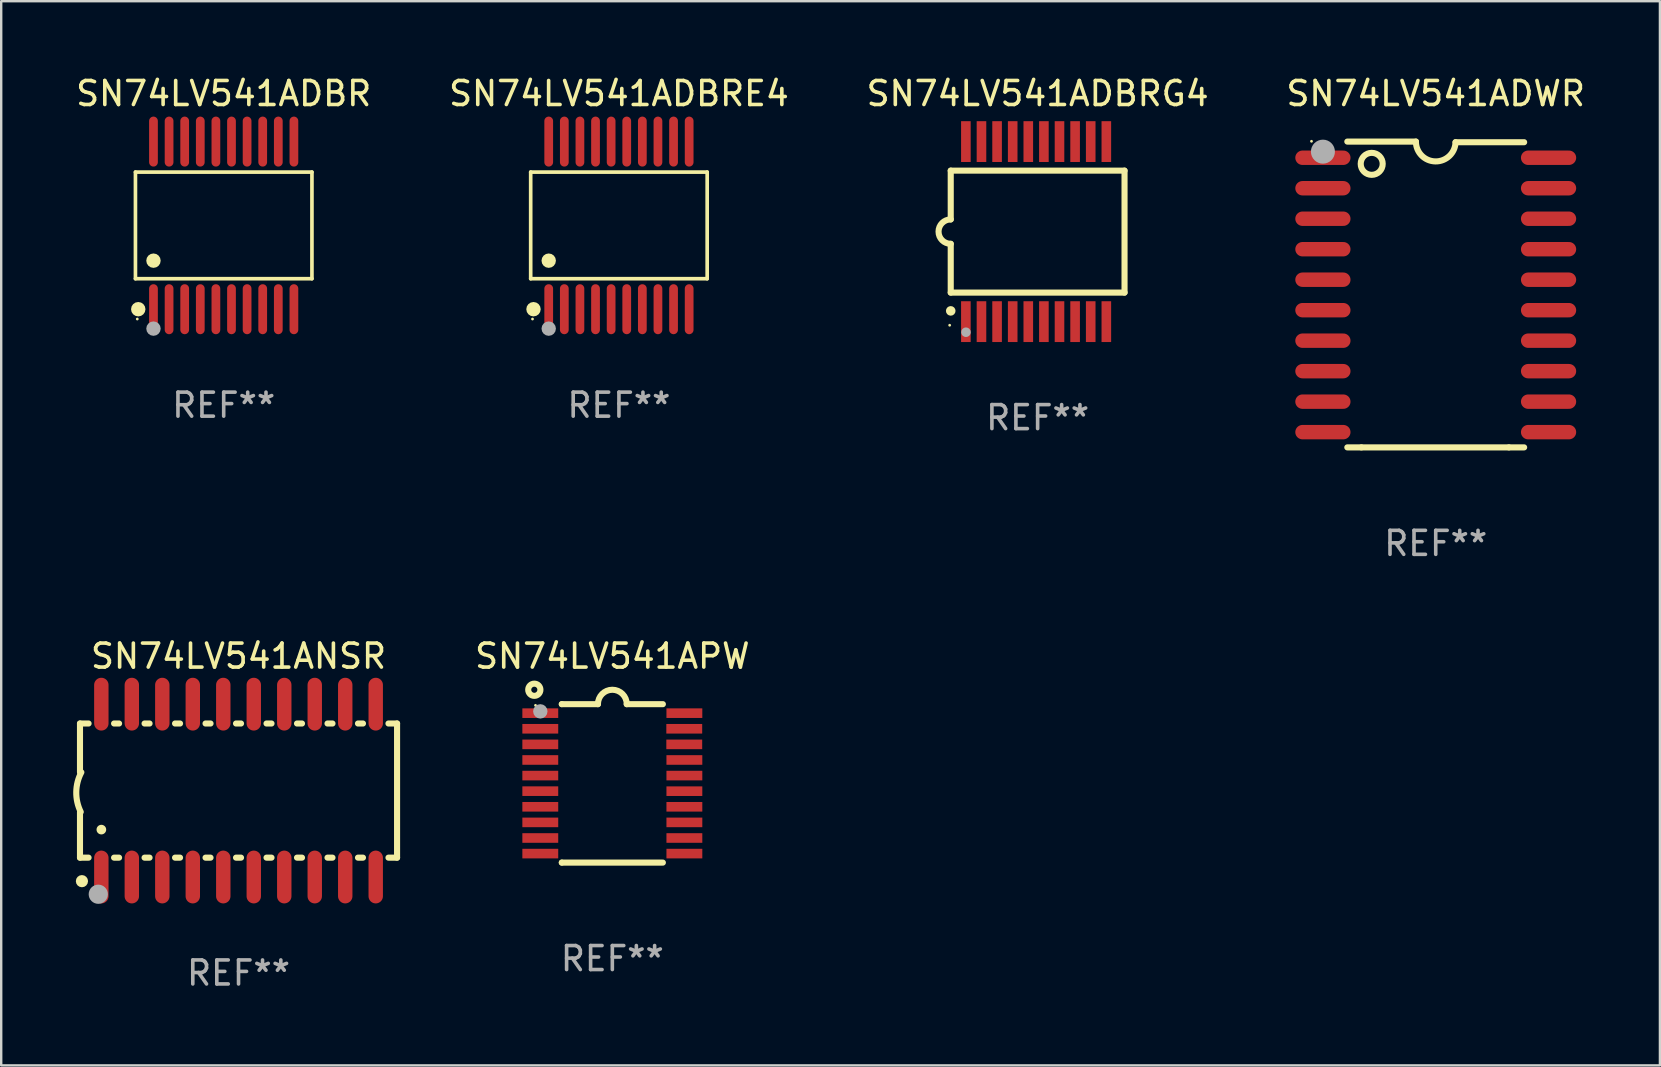
<source format=kicad_pcb>
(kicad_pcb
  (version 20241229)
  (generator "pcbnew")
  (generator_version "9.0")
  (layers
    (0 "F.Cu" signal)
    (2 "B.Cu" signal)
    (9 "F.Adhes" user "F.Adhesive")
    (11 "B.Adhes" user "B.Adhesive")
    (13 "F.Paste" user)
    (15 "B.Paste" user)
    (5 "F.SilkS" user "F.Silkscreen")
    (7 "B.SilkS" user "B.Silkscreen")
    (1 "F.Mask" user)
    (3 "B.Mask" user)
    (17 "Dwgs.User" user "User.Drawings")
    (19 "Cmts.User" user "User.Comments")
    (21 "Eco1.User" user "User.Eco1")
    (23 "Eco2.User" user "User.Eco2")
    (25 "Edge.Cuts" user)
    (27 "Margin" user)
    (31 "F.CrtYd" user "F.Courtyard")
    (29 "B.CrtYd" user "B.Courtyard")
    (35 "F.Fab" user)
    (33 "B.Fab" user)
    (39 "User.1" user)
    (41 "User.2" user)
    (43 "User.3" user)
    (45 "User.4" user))
  (footprint "SN74LV541ADBRG4"
    (layer "F.Cu")
    (at 40.173 6.598)
    (property "Reference" "SN74LV541ADBRG4" (at 0 -5.75 0) (layer "F.SilkS") (effects (font (size 1 1) (thickness 0.15))))
    (attr through_hole)
    (fp_line (start -3.62 -2.54) (end 3.62 -2.54) (stroke (width 0.254) (type solid)) (layer "F.SilkS"))
    (fp_line (start -3.62 -0.508) (end -3.62 -2.54) (stroke (width 0.254) (type solid)) (layer "F.SilkS"))
    (fp_line (start -3.62 2.54) (end -3.62 0.508) (stroke (width 0.254) (type solid)) (layer "F.SilkS"))
    (fp_line (start 3.62 -2.54) (end 3.62 2.54) (stroke (width 0.254) (type solid)) (layer "F.SilkS"))
    (fp_line (start 3.62 2.54) (end -3.62 2.54) (stroke (width 0.254) (type solid)) (layer "F.SilkS"))
    (fp_arc (start -3.619507 0.508052) (mid -4.125607 0.000051) (end -3.619507 -0.50795) (stroke (width 0.254001) (type solid)) (layer "F.SilkS"))
    (fp_circle (center -3.664 3.9) (end -3.634 3.9) (stroke (width 0.06) (type solid)) (fill no) (layer "F.SilkS"))
    (fp_circle (center -3.62 3.302) (end -3.52 3.302) (stroke (width 0.2) (type solid)) (fill no) (layer "F.SilkS"))
    (fp_circle (center -2.985 4.191) (end -2.885 4.191) (stroke (width 0.2) (type solid)) (fill no) (layer "F.Fab"))
    (fp_text user "REF**" (at 0 7.75 0) (layer "F.Fab") (effects (font (size 1 1) (thickness 0.15))))
    (pad "1" smd rect (at -2.989 3.75) (size 0.4 1.7) (layers "F.Cu" "F.Mask" "F.Paste"))
    (pad "2" smd rect (at -2.339 3.75) (size 0.4 1.7) (layers "F.Cu" "F.Mask" "F.Paste"))
    (pad "3" smd rect (at -1.689 3.75) (size 0.4 1.7) (layers "F.Cu" "F.Mask" "F.Paste"))
    (pad "4" smd rect (at -1.039 3.75) (size 0.4 1.7) (layers "F.Cu" "F.Mask" "F.Paste"))
    (pad "5" smd rect (at -0.389 3.75) (size 0.4 1.7) (layers "F.Cu" "F.Mask" "F.Paste"))
    (pad "6" smd rect (at 0.261 3.75) (size 0.4 1.7) (layers "F.Cu" "F.Mask" "F.Paste"))
    (pad "7" smd rect (at 0.911 3.75) (size 0.4 1.7) (layers "F.Cu" "F.Mask" "F.Paste"))
    (pad "8" smd rect (at 1.561 3.75) (size 0.4 1.7) (layers "F.Cu" "F.Mask" "F.Paste"))
    (pad "9" smd rect (at 2.211 3.75) (size 0.4 1.7) (layers "F.Cu" "F.Mask" "F.Paste"))
    (pad "10" smd rect (at 2.862 3.75) (size 0.4 1.7) (layers "F.Cu" "F.Mask" "F.Paste"))
    (pad "11" smd rect (at 2.862 -3.75) (size 0.4 1.7) (layers "F.Cu" "F.Mask" "F.Paste"))
    (pad "12" smd rect (at 2.211 -3.75) (size 0.4 1.7) (layers "F.Cu" "F.Mask" "F.Paste"))
    (pad "13" smd rect (at 1.561 -3.75) (size 0.4 1.7) (layers "F.Cu" "F.Mask" "F.Paste"))
    (pad "14" smd rect (at 0.911 -3.75) (size 0.4 1.7) (layers "F.Cu" "F.Mask" "F.Paste"))
    (pad "15" smd rect (at 0.261 -3.75) (size 0.4 1.7) (layers "F.Cu" "F.Mask" "F.Paste"))
    (pad "16" smd rect (at -0.389 -3.75) (size 0.4 1.7) (layers "F.Cu" "F.Mask" "F.Paste"))
    (pad "17" smd rect (at -1.039 -3.75) (size 0.4 1.7) (layers "F.Cu" "F.Mask" "F.Paste"))
    (pad "18" smd rect (at -1.689 -3.75) (size 0.4 1.7) (layers "F.Cu" "F.Mask" "F.Paste"))
    (pad "19" smd rect (at -2.339 -3.75) (size 0.4 1.7) (layers "F.Cu" "F.Mask" "F.Paste"))
    (pad "20" smd rect (at -2.989 -3.75) (size 0.4 1.7) (layers "F.Cu" "F.Mask" "F.Paste")))
  (footprint "SN74LV541APW"
    (layer "F.Cu")
    (at 22.457 29.582)
    (property "Reference" "SN74LV541APW" (at 0 -5.3 0) (layer "F.SilkS") (effects (font (size 1 1) (thickness 0.15))))
    (attr through_hole)
    (fp_line (start -2.105 -3.3) (end -2.105 -3.3) (stroke (width 0.254) (type solid)) (layer "F.SilkS"))
    (fp_line (start -2.105 -3.3) (end -0.6 -3.3) (stroke (width 0.254) (type solid)) (layer "F.SilkS"))
    (fp_line (start -2.105 3.3) (end -2.105 3.3) (stroke (width 0.254) (type solid)) (layer "F.SilkS"))
    (fp_line (start 0.6 -3.3) (end 2.105 -3.3) (stroke (width 0.254) (type solid)) (layer "F.SilkS"))
    (fp_line (start 2.105 3.3) (end -2.105 3.3) (stroke (width 0.254) (type solid)) (layer "F.SilkS"))
    (fp_arc (start -0.599924 -3.300026) (mid 0.000114 -3.897415) (end 0.600152 -3.300025) (stroke (width 0.254001) (type solid)) (layer "F.SilkS"))
    (fp_circle (center -3.25 -3.9) (end -2.996 -3.9) (stroke (width 0.254) (type solid)) (fill no) (layer "F.SilkS"))
    (fp_circle (center -3.2 -3.25) (end -3.17 -3.25) (stroke (width 0.06) (type solid)) (fill no) (layer "F.SilkS"))
    (fp_circle (center -3 -3) (end -2.85 -3) (stroke (width 0.3) (type solid)) (fill no) (layer "F.Fab"))
    (fp_text user "REF**" (at 0 7.3 0) (layer "F.Fab") (effects (font (size 1 1) (thickness 0.15))))
    (pad "1" smd rect (at -3.001 -2.925 270) (size 0.4 1.494) (layers "F.Cu" "F.Mask" "F.Paste"))
    (pad "2" smd rect (at -3.001 -2.275 270) (size 0.4 1.494) (layers "F.Cu" "F.Mask" "F.Paste"))
    (pad "3" smd rect (at -3.001 -1.625 270) (size 0.4 1.494) (layers "F.Cu" "F.Mask" "F.Paste"))
    (pad "4" smd rect (at -3.001 -0.975 270) (size 0.4 1.494) (layers "F.Cu" "F.Mask" "F.Paste"))
    (pad "5" smd rect (at -3.001 -0.325 270) (size 0.4 1.494) (layers "F.Cu" "F.Mask" "F.Paste"))
    (pad "6" smd rect (at -3.001 0.324 270) (size 0.4 1.494) (layers "F.Cu" "F.Mask" "F.Paste"))
    (pad "7" smd rect (at -3.001 0.975 270) (size 0.4 1.494) (layers "F.Cu" "F.Mask" "F.Paste"))
    (pad "8" smd rect (at -3.001 1.625 270) (size 0.4 1.494) (layers "F.Cu" "F.Mask" "F.Paste"))
    (pad "9" smd rect (at -3.001 2.275 270) (size 0.4 1.494) (layers "F.Cu" "F.Mask" "F.Paste"))
    (pad "10" smd rect (at -3.001 2.925 270) (size 0.4 1.494) (layers "F.Cu" "F.Mask" "F.Paste"))
    (pad "11" smd rect (at 3.001 2.925 270) (size 0.4 1.494) (layers "F.Cu" "F.Mask" "F.Paste"))
    (pad "12" smd rect (at 3.001 2.275 270) (size 0.4 1.494) (layers "F.Cu" "F.Mask" "F.Paste"))
    (pad "13" smd rect (at 3.001 1.625 270) (size 0.4 1.494) (layers "F.Cu" "F.Mask" "F.Paste"))
    (pad "14" smd rect (at 3.001 0.975 270) (size 0.4 1.494) (layers "F.Cu" "F.Mask" "F.Paste"))
    (pad "15" smd rect (at 3.001 0.325 270) (size 0.4 1.494) (layers "F.Cu" "F.Mask" "F.Paste"))
    (pad "16" smd rect (at 3.001 -0.325 270) (size 0.4 1.494) (layers "F.Cu" "F.Mask" "F.Paste"))
    (pad "17" smd rect (at 3.001 -0.975 270) (size 0.4 1.494) (layers "F.Cu" "F.Mask" "F.Paste"))
    (pad "18" smd rect (at 2.996 -1.625 270) (size 0.4 1.494) (layers "F.Cu" "F.Mask" "F.Paste"))
    (pad "19" smd rect (at 2.996 -2.275 270) (size 0.4 1.494) (layers "F.Cu" "F.Mask" "F.Paste"))
    (pad "20" smd rect (at 3.001 -2.925 270) (size 0.4 1.494) (layers "F.Cu" "F.Mask" "F.Paste")))
  (footprint "SN74LV541ADWR"
    (layer "F.Cu")
    (at 56.756 9.217)
    (property "Reference" "SN74LV541ADWR" (at 0 -8.369 0) (layer "F.SilkS") (effects (font (size 1 1) (thickness 0.15))))
    (attr through_hole)
    (fp_line (start -3.096 6.369) (end -3.683 6.369) (stroke (width 0.254) (type solid)) (layer "F.SilkS"))
    (fp_line (start -0.825 -6.369) (end -3.683 -6.369) (stroke (width 0.254) (type solid)) (layer "F.SilkS"))
    (fp_line (start 0.826 -6.343) (end 3.683 -6.343) (stroke (width 0.254) (type solid)) (layer "F.SilkS"))
    (fp_line (start 3.048 6.369) (end -3.096 6.369) (stroke (width 0.254) (type solid)) (layer "F.SilkS"))
    (fp_line (start 3.048 6.369) (end 3.683 6.369) (stroke (width 0.254) (type solid)) (layer "F.SilkS"))
    (fp_arc (start 0.825527 -6.343129) (mid -0.012478 -5.543126) (end -0.825476 -6.36853) (stroke (width 0.254001) (type solid)) (layer "F.SilkS"))
    (fp_circle (center -5.175 -6.382) (end -5.145 -6.382) (stroke (width 0.06) (type solid)) (fill no) (layer "F.SilkS"))
    (fp_circle (center -2.667 -5.442) (end -2.209 -5.442) (stroke (width 0.254) (type solid)) (fill no) (layer "F.SilkS"))
    (fp_circle (center -4.699 -5.95) (end -4.449 -5.95) (stroke (width 0.5) (type solid)) (fill no) (layer "F.Fab"))
    (fp_text user "REF**" (at 0 10.369 0) (layer "F.Fab") (effects (font (size 1 1) (thickness 0.15))))
    (pad "1" smd oval (at -4.7 -5.696 90) (size 0.6 2.3) (layers "F.Cu" "F.Mask" "F.Paste"))
    (pad "2" smd oval (at -4.7 -4.426 90) (size 0.6 2.3) (layers "F.Cu" "F.Mask" "F.Paste"))
    (pad "3" smd oval (at -4.7 -3.156 90) (size 0.6 2.3) (layers "F.Cu" "F.Mask" "F.Paste"))
    (pad "4" smd oval (at -4.7 -1.886 90) (size 0.6 2.3) (layers "F.Cu" "F.Mask" "F.Paste"))
    (pad "5" smd oval (at -4.7 -0.616 90) (size 0.6 2.3) (layers "F.Cu" "F.Mask" "F.Paste"))
    (pad "6" smd oval (at -4.7 0.654 90) (size 0.6 2.3) (layers "F.Cu" "F.Mask" "F.Paste"))
    (pad "7" smd oval (at -4.7 1.924 90) (size 0.6 2.3) (layers "F.Cu" "F.Mask" "F.Paste"))
    (pad "8" smd oval (at -4.7 3.194 90) (size 0.6 2.3) (layers "F.Cu" "F.Mask" "F.Paste"))
    (pad "9" smd oval (at -4.7 4.464 90) (size 0.6 2.3) (layers "F.Cu" "F.Mask" "F.Paste"))
    (pad "10" smd oval (at -4.7 5.734 90) (size 0.6 2.3) (layers "F.Cu" "F.Mask" "F.Paste"))
    (pad "11" smd oval (at 4.7 5.734 90) (size 0.6 2.3) (layers "F.Cu" "F.Mask" "F.Paste"))
    (pad "12" smd oval (at 4.7 4.464 90) (size 0.6 2.3) (layers "F.Cu" "F.Mask" "F.Paste"))
    (pad "13" smd oval (at 4.7 3.194 90) (size 0.6 2.3) (layers "F.Cu" "F.Mask" "F.Paste"))
    (pad "14" smd oval (at 4.7 1.924 90) (size 0.6 2.3) (layers "F.Cu" "F.Mask" "F.Paste"))
    (pad "15" smd oval (at 4.7 0.654 90) (size 0.6 2.3) (layers "F.Cu" "F.Mask" "F.Paste"))
    (pad "16" smd oval (at 4.7 -0.616 90) (size 0.6 2.3) (layers "F.Cu" "F.Mask" "F.Paste"))
    (pad "17" smd oval (at 4.7 -1.886 90) (size 0.6 2.3) (layers "F.Cu" "F.Mask" "F.Paste"))
    (pad "18" smd oval (at 4.7 -3.156 90) (size 0.6 2.3) (layers "F.Cu" "F.Mask" "F.Paste"))
    (pad "19" smd oval (at 4.7 -4.426 90) (size 0.6 2.3) (layers "F.Cu" "F.Mask" "F.Paste"))
    (pad "20" smd oval (at 4.7 -5.696 90) (size 0.6 2.3) (layers "F.Cu" "F.Mask" "F.Paste")))
  (footprint "SN74LV541ANSR"
    (layer "F.Cu")
    (at 6.886 29.882)
    (property "Reference" "SN74LV541ANSR" (at 0 -5.6 0) (layer "F.SilkS") (effects (font (size 1 1) (thickness 0.15))))
    (attr through_hole)
    (fp_line (start -6.604 -2.794) (end -6.246 -2.794) (stroke (width 0.254) (type solid)) (layer "F.SilkS"))
    (fp_line (start -6.604 -0.762) (end -6.604 -2.794) (stroke (width 0.254) (type solid)) (layer "F.SilkS"))
    (fp_line (start -6.604 2.794) (end -6.604 0.889) (stroke (width 0.254) (type solid)) (layer "F.SilkS"))
    (fp_line (start -6.246 2.794) (end -6.604 2.794) (stroke (width 0.254) (type solid)) (layer "F.SilkS"))
    (fp_line (start -5.184 -2.794) (end -4.976 -2.794) (stroke (width 0.254) (type solid)) (layer "F.SilkS"))
    (fp_line (start -4.976 2.794) (end -5.184 2.794) (stroke (width 0.254) (type solid)) (layer "F.SilkS"))
    (fp_line (start -3.914 -2.794) (end -3.706 -2.794) (stroke (width 0.254) (type solid)) (layer "F.SilkS"))
    (fp_line (start -3.706 2.794) (end -3.914 2.794) (stroke (width 0.254) (type solid)) (layer "F.SilkS"))
    (fp_line (start -2.644 -2.794) (end -2.436 -2.794) (stroke (width 0.254) (type solid)) (layer "F.SilkS"))
    (fp_line (start -2.436 2.794) (end -2.644 2.794) (stroke (width 0.254) (type solid)) (layer "F.SilkS"))
    (fp_line (start -1.374 -2.794) (end -1.166 -2.794) (stroke (width 0.254) (type solid)) (layer "F.SilkS"))
    (fp_line (start -1.166 2.794) (end -1.374 2.794) (stroke (width 0.254) (type solid)) (layer "F.SilkS"))
    (fp_line (start -0.104 -2.794) (end 0.104 -2.794) (stroke (width 0.254) (type solid)) (layer "F.SilkS"))
    (fp_line (start 0.104 2.794) (end -0.104 2.794) (stroke (width 0.254) (type solid)) (layer "F.SilkS"))
    (fp_line (start 1.166 -2.794) (end 1.374 -2.794) (stroke (width 0.254) (type solid)) (layer "F.SilkS"))
    (fp_line (start 1.374 2.794) (end 1.166 2.794) (stroke (width 0.254) (type solid)) (layer "F.SilkS"))
    (fp_line (start 2.436 -2.794) (end 2.644 -2.794) (stroke (width 0.254) (type solid)) (layer "F.SilkS"))
    (fp_line (start 2.644 2.794) (end 2.436 2.794) (stroke (width 0.254) (type solid)) (layer "F.SilkS"))
    (fp_line (start 3.706 -2.794) (end 3.914 -2.794) (stroke (width 0.254) (type solid)) (layer "F.SilkS"))
    (fp_line (start 3.914 2.794) (end 3.706 2.794) (stroke (width 0.254) (type solid)) (layer "F.SilkS"))
    (fp_line (start 4.976 -2.794) (end 5.184 -2.794) (stroke (width 0.254) (type solid)) (layer "F.SilkS"))
    (fp_line (start 5.184 2.794) (end 4.976 2.794) (stroke (width 0.254) (type solid)) (layer "F.SilkS"))
    (fp_line (start 6.246 -2.794) (end 6.604 -2.794) (stroke (width 0.254) (type solid)) (layer "F.SilkS"))
    (fp_line (start 6.604 -2.794) (end 6.604 2.794) (stroke (width 0.254) (type solid)) (layer "F.SilkS"))
    (fp_line (start 6.604 2.794) (end 6.246 2.794) (stroke (width 0.254) (type solid)) (layer "F.SilkS"))
    (fp_arc (start -6.572821 0.889028) (mid -6.759035 0.060466) (end -6.547422 -0.761976) (stroke (width 0.254001) (type solid)) (layer "F.SilkS"))
    (fp_arc (start -6.570993 3.749047) (mid -6.569723 3.749042) (end -6.568453 3.749047) (stroke (width 0.3) (type solid)) (layer "F.SilkS"))
    (fp_arc (start -5.715011 1.625603) (mid -5.713741 1.625599) (end -5.712471 1.625603) (stroke (width 0.4) (type solid)) (layer "F.SilkS"))
    (fp_circle (center -6.523 3.773) (end -6.396 3.773) (stroke (width 0.254) (type solid)) (fill no) (layer "F.SilkS"))
    (fp_circle (center -5.842 4.318) (end -5.642 4.318) (stroke (width 0.4) (type solid)) (fill no) (layer "F.Fab"))
    (fp_text user "REF**" (at 0 7.6 0) (layer "F.Fab") (effects (font (size 1 1) (thickness 0.15))))
    (pad "1" smd oval (at -5.715 3.6) (size 0.6 2.2) (layers "F.Cu" "F.Mask" "F.Paste"))
    (pad "2" smd oval (at -4.445 3.6) (size 0.6 2.2) (layers "F.Cu" "F.Mask" "F.Paste"))
    (pad "3" smd oval (at -3.175 3.6) (size 0.6 2.2) (layers "F.Cu" "F.Mask" "F.Paste"))
    (pad "4" smd oval (at -1.905 3.6) (size 0.6 2.2) (layers "F.Cu" "F.Mask" "F.Paste"))
    (pad "5" smd oval (at -0.635 3.6) (size 0.6 2.2) (layers "F.Cu" "F.Mask" "F.Paste"))
    (pad "6" smd oval (at 0.635 3.6) (size 0.6 2.2) (layers "F.Cu" "F.Mask" "F.Paste"))
    (pad "7" smd oval (at 1.905 3.6) (size 0.6 2.2) (layers "F.Cu" "F.Mask" "F.Paste"))
    (pad "8" smd oval (at 3.175 3.6) (size 0.6 2.2) (layers "F.Cu" "F.Mask" "F.Paste"))
    (pad "9" smd oval (at 4.445 3.6) (size 0.6 2.2) (layers "F.Cu" "F.Mask" "F.Paste"))
    (pad "10" smd oval (at 5.715 3.6) (size 0.6 2.2) (layers "F.Cu" "F.Mask" "F.Paste"))
    (pad "11" smd oval (at 5.715 -3.6 180) (size 0.6 2.2) (layers "F.Cu" "F.Mask" "F.Paste"))
    (pad "12" smd oval (at 4.445 -3.6 180) (size 0.6 2.2) (layers "F.Cu" "F.Mask" "F.Paste"))
    (pad "13" smd oval (at 3.175 -3.6 180) (size 0.6 2.2) (layers "F.Cu" "F.Mask" "F.Paste"))
    (pad "14" smd oval (at 1.905 -3.6 180) (size 0.6 2.2) (layers "F.Cu" "F.Mask" "F.Paste"))
    (pad "15" smd oval (at 0.635 -3.6 180) (size 0.6 2.2) (layers "F.Cu" "F.Mask" "F.Paste"))
    (pad "16" smd oval (at -0.635 -3.6 180) (size 0.6 2.2) (layers "F.Cu" "F.Mask" "F.Paste"))
    (pad "17" smd oval (at -1.905 -3.6 180) (size 0.6 2.2) (layers "F.Cu" "F.Mask" "F.Paste"))
    (pad "18" smd oval (at -3.175 -3.6 180) (size 0.6 2.2) (layers "F.Cu" "F.Mask" "F.Paste"))
    (pad "19" smd oval (at -4.445 -3.6 180) (size 0.6 2.2) (layers "F.Cu" "F.Mask" "F.Paste"))
    (pad "20" smd oval (at -5.715 -3.6 180) (size 0.6 2.2) (layers "F.Cu" "F.Mask" "F.Paste")))
  (footprint "SN74LV541ADBRE4"
    (layer "F.Cu")
    (at 22.732 6.339)
    (property "Reference" "SN74LV541ADBRE4" (at 0 -5.491 0) (layer "F.SilkS") (effects (font (size 1 1) (thickness 0.15))))
    (attr through_hole)
    (fp_line (start -3.676 -2.221) (end 3.676 -2.221) (stroke (width 0.152) (type solid)) (layer "F.SilkS"))
    (fp_line (start -3.676 2.221) (end -3.676 -2.221) (stroke (width 0.152) (type solid)) (layer "F.SilkS"))
    (fp_line (start 3.676 -2.221) (end 3.676 2.221) (stroke (width 0.152) (type solid)) (layer "F.SilkS"))
    (fp_line (start 3.676 2.221) (end -3.676 2.221) (stroke (width 0.152) (type solid)) (layer "F.SilkS"))
    (fp_circle (center -3.6 3.9) (end -3.57 3.9) (stroke (width 0.06) (type solid)) (fill no) (layer "F.SilkS"))
    (fp_circle (center -3.559 3.491) (end -3.409 3.491) (stroke (width 0.3) (type solid)) (fill no) (layer "F.SilkS"))
    (fp_circle (center -2.925 1.469) (end -2.775 1.469) (stroke (width 0.3) (type solid)) (fill no) (layer "F.SilkS"))
    (fp_circle (center -2.925 4.3) (end -2.775 4.3) (stroke (width 0.3) (type solid)) (fill no) (layer "F.Fab"))
    (fp_text user "REF**" (at 0 7.491 0) (layer "F.Fab") (effects (font (size 1 1) (thickness 0.15))))
    (pad "1" smd oval (at -2.925 3.491) (size 0.364 2.082) (layers "F.Cu" "F.Mask" "F.Paste"))
    (pad "2" smd oval (at -2.275 3.491) (size 0.364 2.082) (layers "F.Cu" "F.Mask" "F.Paste"))
    (pad "3" smd oval (at -1.625 3.491) (size 0.364 2.082) (layers "F.Cu" "F.Mask" "F.Paste"))
    (pad "4" smd oval (at -0.975 3.491) (size 0.364 2.082) (layers "F.Cu" "F.Mask" "F.Paste"))
    (pad "5" smd oval (at -0.325 3.491) (size 0.364 2.082) (layers "F.Cu" "F.Mask" "F.Paste"))
    (pad "6" smd oval (at 0.325 3.491) (size 0.364 2.082) (layers "F.Cu" "F.Mask" "F.Paste"))
    (pad "7" smd oval (at 0.975 3.491) (size 0.364 2.082) (layers "F.Cu" "F.Mask" "F.Paste"))
    (pad "8" smd oval (at 1.625 3.491) (size 0.364 2.082) (layers "F.Cu" "F.Mask" "F.Paste"))
    (pad "9" smd oval (at 2.275 3.491) (size 0.364 2.082) (layers "F.Cu" "F.Mask" "F.Paste"))
    (pad "10" smd oval (at 2.925 3.491) (size 0.364 2.082) (layers "F.Cu" "F.Mask" "F.Paste"))
    (pad "11" smd oval (at 2.925 -3.491) (size 0.364 2.082) (layers "F.Cu" "F.Mask" "F.Paste"))
    (pad "12" smd oval (at 2.275 -3.491) (size 0.364 2.082) (layers "F.Cu" "F.Mask" "F.Paste"))
    (pad "13" smd oval (at 1.625 -3.491) (size 0.364 2.082) (layers "F.Cu" "F.Mask" "F.Paste"))
    (pad "14" smd oval (at 0.975 -3.491) (size 0.364 2.082) (layers "F.Cu" "F.Mask" "F.Paste"))
    (pad "15" smd oval (at 0.325 -3.491) (size 0.364 2.082) (layers "F.Cu" "F.Mask" "F.Paste"))
    (pad "16" smd oval (at -0.325 -3.491) (size 0.364 2.082) (layers "F.Cu" "F.Mask" "F.Paste"))
    (pad "17" smd oval (at -0.975 -3.491) (size 0.364 2.082) (layers "F.Cu" "F.Mask" "F.Paste"))
    (pad "18" smd oval (at -1.625 -3.491) (size 0.364 2.082) (layers "F.Cu" "F.Mask" "F.Paste"))
    (pad "19" smd oval (at -2.275 -3.491) (size 0.364 2.082) (layers "F.Cu" "F.Mask" "F.Paste"))
    (pad "20" smd oval (at -2.925 -3.491) (size 0.364 2.082) (layers "F.Cu" "F.Mask" "F.Paste")))
  (footprint "SN74LV541ADBR"
    (layer "F.Cu")
    (at 6.268 6.339)
    (property "Reference" "SN74LV541ADBR" (at 0 -5.491 0) (layer "F.SilkS") (effects (font (size 1 1) (thickness 0.15))))
    (attr through_hole)
    (fp_line (start -3.676 -2.221) (end 3.676 -2.221) (stroke (width 0.152) (type solid)) (layer "F.SilkS"))
    (fp_line (start -3.676 2.221) (end -3.676 -2.221) (stroke (width 0.152) (type solid)) (layer "F.SilkS"))
    (fp_line (start 3.676 -2.221) (end 3.676 2.221) (stroke (width 0.152) (type solid)) (layer "F.SilkS"))
    (fp_line (start 3.676 2.221) (end -3.676 2.221) (stroke (width 0.152) (type solid)) (layer "F.SilkS"))
    (fp_circle (center -3.6 3.9) (end -3.57 3.9) (stroke (width 0.06) (type solid)) (fill no) (layer "F.SilkS"))
    (fp_circle (center -3.559 3.491) (end -3.409 3.491) (stroke (width 0.3) (type solid)) (fill no) (layer "F.SilkS"))
    (fp_circle (center -2.925 1.469) (end -2.775 1.469) (stroke (width 0.3) (type solid)) (fill no) (layer "F.SilkS"))
    (fp_circle (center -2.925 4.3) (end -2.775 4.3) (stroke (width 0.3) (type solid)) (fill no) (layer "F.Fab"))
    (fp_text user "REF**" (at 0 7.491 0) (layer "F.Fab") (effects (font (size 1 1) (thickness 0.15))))
    (pad "1" smd oval (at -2.925 3.491) (size 0.364 2.082) (layers "F.Cu" "F.Mask" "F.Paste"))
    (pad "2" smd oval (at -2.275 3.491) (size 0.364 2.082) (layers "F.Cu" "F.Mask" "F.Paste"))
    (pad "3" smd oval (at -1.625 3.491) (size 0.364 2.082) (layers "F.Cu" "F.Mask" "F.Paste"))
    (pad "4" smd oval (at -0.975 3.491) (size 0.364 2.082) (layers "F.Cu" "F.Mask" "F.Paste"))
    (pad "5" smd oval (at -0.325 3.491) (size 0.364 2.082) (layers "F.Cu" "F.Mask" "F.Paste"))
    (pad "6" smd oval (at 0.325 3.491) (size 0.364 2.082) (layers "F.Cu" "F.Mask" "F.Paste"))
    (pad "7" smd oval (at 0.975 3.491) (size 0.364 2.082) (layers "F.Cu" "F.Mask" "F.Paste"))
    (pad "8" smd oval (at 1.625 3.491) (size 0.364 2.082) (layers "F.Cu" "F.Mask" "F.Paste"))
    (pad "9" smd oval (at 2.275 3.491) (size 0.364 2.082) (layers "F.Cu" "F.Mask" "F.Paste"))
    (pad "10" smd oval (at 2.925 3.491) (size 0.364 2.082) (layers "F.Cu" "F.Mask" "F.Paste"))
    (pad "11" smd oval (at 2.925 -3.491) (size 0.364 2.082) (layers "F.Cu" "F.Mask" "F.Paste"))
    (pad "12" smd oval (at 2.275 -3.491) (size 0.364 2.082) (layers "F.Cu" "F.Mask" "F.Paste"))
    (pad "13" smd oval (at 1.625 -3.491) (size 0.364 2.082) (layers "F.Cu" "F.Mask" "F.Paste"))
    (pad "14" smd oval (at 0.975 -3.491) (size 0.364 2.082) (layers "F.Cu" "F.Mask" "F.Paste"))
    (pad "15" smd oval (at 0.325 -3.491) (size 0.364 2.082) (layers "F.Cu" "F.Mask" "F.Paste"))
    (pad "16" smd oval (at -0.325 -3.491) (size 0.364 2.082) (layers "F.Cu" "F.Mask" "F.Paste"))
    (pad "17" smd oval (at -0.975 -3.491) (size 0.364 2.082) (layers "F.Cu" "F.Mask" "F.Paste"))
    (pad "18" smd oval (at -1.625 -3.491) (size 0.364 2.082) (layers "F.Cu" "F.Mask" "F.Paste"))
    (pad "19" smd oval (at -2.275 -3.491) (size 0.364 2.082) (layers "F.Cu" "F.Mask" "F.Paste"))
    (pad "20" smd oval (at -2.925 -3.491) (size 0.364 2.082) (layers "F.Cu" "F.Mask" "F.Paste")))
  (gr_rect
    (start -3 -3)
    (end 66.095 41.33)
    (stroke (width 0.1) (type default))
    (fill no)
    (layer "Edge.Cuts")))
</source>
